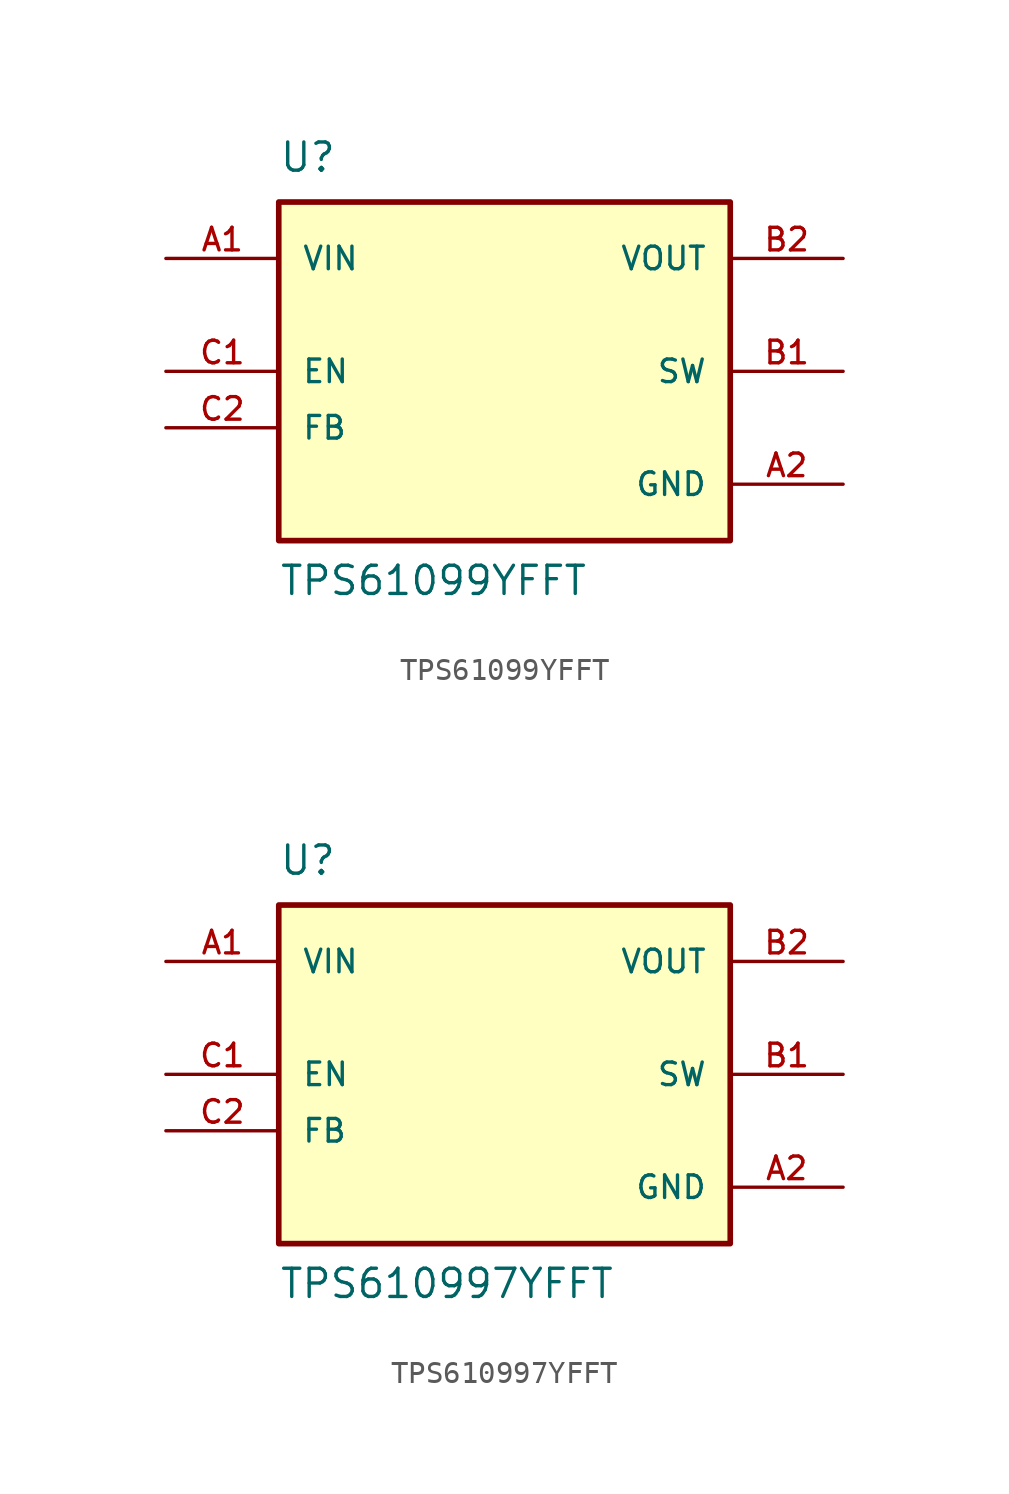
<source format=kicad_sym>
(kicad_symbol_lib
  (version 20211014)
  (generator kicad_symbol_editor)
  (symbol "TPS61099YFFT"
    (pin_names
      (offset 1.016))
    (property "Reference" "U"
      (at -10.16 8.89 0)
      (effects (font (size 1.27 1.27)) (justify left bottom)))
    (property "Value" "TPS61099YFFT"
      (at -10.16 -10.16 0)
      (effects (font (size 1.27 1.27)) (justify left bottom)))
    (symbol "TPS61099YFFT_0_0"
      (rectangle (start -10.16 -7.62) (end 10.16 7.62) (stroke (width 0.254) (type default) (color 0 0 0 0)) (fill (type background)))
      (pin input line (at -15.24 5.08 0) (length 5.08) (name "VIN" (effects (font (size 1.016 1.016)))) (number "A1" (effects (font (size 1.016 1.016)))))
      (pin power_in line (at 15.24 -5.08 180) (length 5.08) (name "GND" (effects (font (size 1.016 1.016)))) (number "A2" (effects (font (size 1.016 1.016)))))
      (pin passive line (at 15.24 0 180) (length 5.08) (name "SW" (effects (font (size 1.016 1.016)))) (number "B1" (effects (font (size 1.016 1.016)))))
      (pin output line (at 15.24 5.08 180) (length 5.08) (name "VOUT" (effects (font (size 1.016 1.016)))) (number "B2" (effects (font (size 1.016 1.016)))))
      (pin input line (at -15.24 0 0) (length 5.08) (name "EN" (effects (font (size 1.016 1.016)))) (number "C1" (effects (font (size 1.016 1.016)))))
      (pin input line (at -15.24 -2.54 0) (length 5.08) (name "FB" (effects (font (size 1.016 1.016)))) (number "C2" (effects (font (size 1.016 1.016)))))))
  (symbol "TPS610997YFFT"
    (pin_names
      (offset 1.016))
    (property "Reference" "U"
      (at -10.16 8.89 0)
      (effects (font (size 1.27 1.27)) (justify left bottom)))
    (property "Value" "TPS610997YFFT"
      (at -10.16 -10.16 0)
      (effects (font (size 1.27 1.27)) (justify left bottom)))
    (property "ki_locked" ""
      (at 0 0 0)
      (effects (font (size 1.27 1.27))))
    (symbol "TPS610997YFFT_0_0"
      (rectangle (start -10.16 -7.62) (end 10.16 7.62) (stroke (width 0.254) (type default) (color 0 0 0 0)) (fill (type background)))
      (pin input line (at -15.24 5.08 0) (length 5.08) (name "VIN" (effects (font (size 1.016 1.016)))) (number "A1" (effects (font (size 1.016 1.016)))))
      (pin power_in line (at 15.24 -5.08 180) (length 5.08) (name "GND" (effects (font (size 1.016 1.016)))) (number "A2" (effects (font (size 1.016 1.016)))))
      (pin passive line (at 15.24 0 180) (length 5.08) (name "SW" (effects (font (size 1.016 1.016)))) (number "B1" (effects (font (size 1.016 1.016)))))
      (pin output line (at 15.24 5.08 180) (length 5.08) (name "VOUT" (effects (font (size 1.016 1.016)))) (number "B2" (effects (font (size 1.016 1.016)))))
      (pin input line (at -15.24 0 0) (length 5.08) (name "EN" (effects (font (size 1.016 1.016)))) (number "C1" (effects (font (size 1.016 1.016)))))
      (pin input line (at -15.24 -2.54 0) (length 5.08) (name "FB" (effects (font (size 1.016 1.016)))) (number "C2" (effects (font (size 1.016 1.016))))))))
</source>
